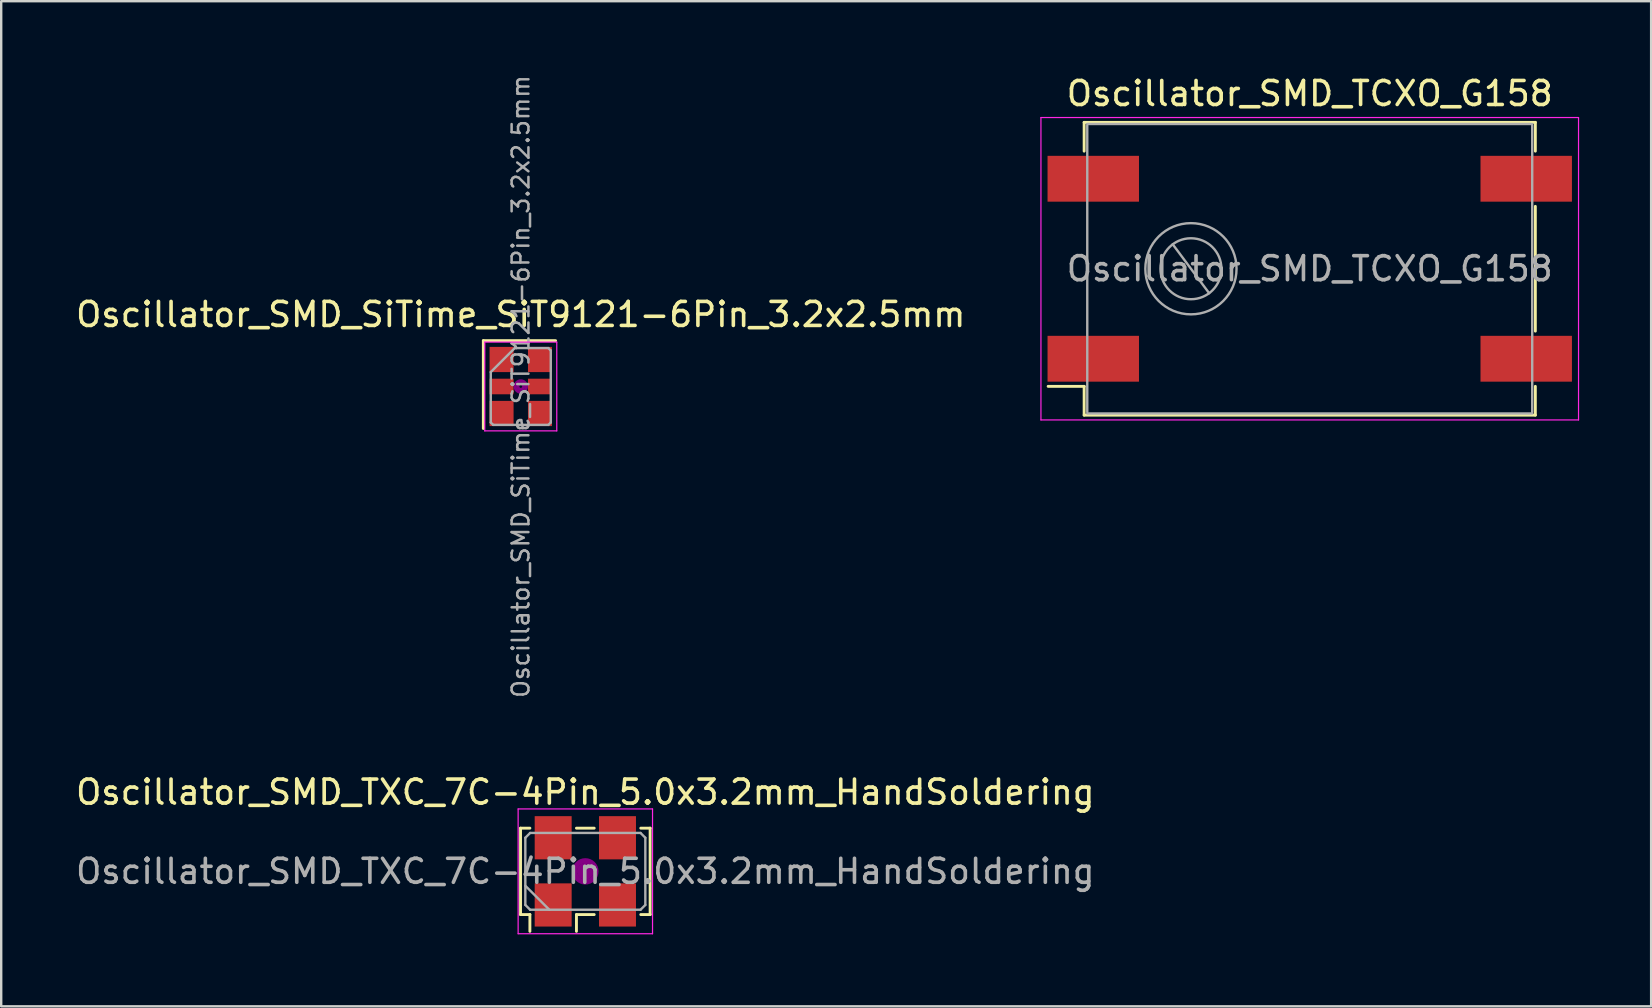
<source format=kicad_pcb>
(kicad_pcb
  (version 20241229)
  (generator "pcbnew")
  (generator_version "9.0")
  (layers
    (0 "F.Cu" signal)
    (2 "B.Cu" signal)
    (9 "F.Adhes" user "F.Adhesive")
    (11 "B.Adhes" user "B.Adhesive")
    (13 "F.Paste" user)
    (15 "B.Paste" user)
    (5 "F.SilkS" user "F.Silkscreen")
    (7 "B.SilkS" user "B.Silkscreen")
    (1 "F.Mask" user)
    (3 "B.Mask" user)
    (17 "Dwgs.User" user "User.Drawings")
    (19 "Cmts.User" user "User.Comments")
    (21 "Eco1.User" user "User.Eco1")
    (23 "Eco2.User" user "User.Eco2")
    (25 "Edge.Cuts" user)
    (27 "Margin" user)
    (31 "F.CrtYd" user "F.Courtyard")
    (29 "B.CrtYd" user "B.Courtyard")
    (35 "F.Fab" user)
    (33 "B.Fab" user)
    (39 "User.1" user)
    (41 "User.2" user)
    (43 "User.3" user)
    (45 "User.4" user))
  (footprint "Oscillator_SMD_TCXO_G158"
    (layer "F.Cu")
    (at 51.523 8.148)
    (property "Reference" "Oscillator_SMD_TCXO_G158" (at 0 -7.3 0) (layer "F.SilkS") (effects (font (size 1 1) (thickness 0.15))))
    (attr smd)
    (fp_line (start -10.9 4.9) (end -9.4 4.9) (stroke (width 0.12) (type solid)) (layer "F.SilkS"))
    (fp_line (start -9.4 -6.1) (end -9.4 -4.9) (stroke (width 0.12) (type solid)) (layer "F.SilkS"))
    (fp_line (start -9.4 4.9) (end -9.4 6.1) (stroke (width 0.12) (type solid)) (layer "F.SilkS"))
    (fp_line (start -9.4 6.1) (end 9.4 6.1) (stroke (width 0.12) (type solid)) (layer "F.SilkS"))
    (fp_line (start 9.4 -6.1) (end -9.4 -6.1) (stroke (width 0.12) (type solid)) (layer "F.SilkS"))
    (fp_line (start 9.4 -4.9) (end 9.4 -6.1) (stroke (width 0.12) (type solid)) (layer "F.SilkS"))
    (fp_line (start 9.4 2.6) (end 9.4 -2.6) (stroke (width 0.12) (type solid)) (layer "F.SilkS"))
    (fp_line (start 9.4 6.1) (end 9.4 4.9) (stroke (width 0.12) (type solid)) (layer "F.SilkS"))
    (fp_line (start -11.2 -6.3) (end -11.2 6.3) (stroke (width 0.05) (type solid)) (layer "F.CrtYd"))
    (fp_line (start -11.2 6.3) (end 11.2 6.3) (stroke (width 0.05) (type solid)) (layer "F.CrtYd"))
    (fp_line (start 11.2 -6.3) (end -11.2 -6.3) (stroke (width 0.05) (type solid)) (layer "F.CrtYd"))
    (fp_line (start 11.2 6.3) (end 11.2 -6.3) (stroke (width 0.05) (type solid)) (layer "F.CrtYd"))
    (fp_line (start -9.27 -6.03) (end 9.27 -6.03) (stroke (width 0.1) (type solid)) (layer "F.Fab"))
    (fp_line (start -9.27 5.97) (end -9.27 -5.97) (stroke (width 0.1) (type solid)) (layer "F.Fab"))
    (fp_line (start -5.71 -1.02) (end -4.19 1.02) (stroke (width 0.1) (type solid)) (layer "F.Fab"))
    (fp_line (start 9.27 -5.97) (end 9.27 5.97) (stroke (width 0.1) (type solid)) (layer "F.Fab"))
    (fp_line (start 9.27 6.03) (end -9.27 6.03) (stroke (width 0.1) (type solid)) (layer "F.Fab"))
    (fp_circle (center -4.95 0) (end -3.68 0) (stroke (width 0.1) (type solid)) (fill no) (layer "F.Fab"))
    (fp_circle (center -4.95 0) (end -3.05 0) (stroke (width 0.1) (type solid)) (fill no) (layer "F.Fab"))
    (fp_text user "${REFERENCE}" (at 0 0 0) (layer "F.Fab") (effects (font (size 1 1) (thickness 0.15))))
    (pad "1" smd rect (at -9.02 3.75) (size 3.81 1.91) (layers "F.Cu" "F.Mask" "F.Paste"))
    (pad "2" smd rect (at 9.02 3.75) (size 3.81 1.91) (layers "F.Cu" "F.Mask" "F.Paste"))
    (pad "3" smd rect (at 9.02 -3.75) (size 3.81 1.91) (layers "F.Cu" "F.Mask" "F.Paste"))
    (pad "4" smd rect (at -9.02 -3.75) (size 3.81 1.91) (layers "F.Cu" "F.Mask" "F.Paste")))
  (footprint "Oscillator_SMD_TXC_7C-4Pin_5.0x3.2mm_HandSoldering"
    (layer "F.Cu")
    (at 21.339 33.257)
    (property "Reference" "Oscillator_SMD_TXC_7C-4Pin_5.0x3.2mm_HandSoldering" (at 0 -3.3 0) (layer "F.SilkS") (effects (font (size 1 1) (thickness 0.15))))
    (attr smd)
    (fp_line (start -2.7 -1.8) (end -2.31 -1.8) (stroke (width 0.12) (type solid)) (layer "F.SilkS"))
    (fp_line (start -2.7 1.8) (end -2.7 -1.8) (stroke (width 0.12) (type solid)) (layer "F.SilkS"))
    (fp_line (start -2.31 1.8) (end -2.7 1.8) (stroke (width 0.12) (type solid)) (layer "F.SilkS"))
    (fp_line (start -2.31 2.5) (end -2.31 1.8) (stroke (width 0.12) (type solid)) (layer "F.SilkS"))
    (fp_line (start -0.37 -1.8) (end 0.37 -1.8) (stroke (width 0.12) (type solid)) (layer "F.SilkS"))
    (fp_line (start -0.37 1.8) (end -0.37 2.5) (stroke (width 0.12) (type solid)) (layer "F.SilkS"))
    (fp_line (start 0.37 1.8) (end -0.37 1.8) (stroke (width 0.12) (type solid)) (layer "F.SilkS"))
    (fp_line (start 2.31 -1.8) (end 2.7 -1.8) (stroke (width 0.12) (type solid)) (layer "F.SilkS"))
    (fp_line (start 2.7 -1.8) (end 2.7 1.8) (stroke (width 0.12) (type solid)) (layer "F.SilkS"))
    (fp_line (start 2.7 1.8) (end 2.31 1.8) (stroke (width 0.12) (type solid)) (layer "F.SilkS"))
    (fp_circle (center 0 0) (end 0.117 0) (stroke (width 0.233) (type solid)) (fill no) (layer "F.Adhes"))
    (fp_circle (center 0 0) (end 0.267 0) (stroke (width 0.167) (type solid)) (fill no) (layer "F.Adhes"))
    (fp_circle (center 0 0) (end 0.417 0) (stroke (width 0.167) (type solid)) (fill no) (layer "F.Adhes"))
    (fp_circle (center 0 0) (end 0.5 0) (stroke (width 0.1) (type solid)) (fill no) (layer "F.Adhes"))
    (fp_line (start -2.8 -2.6) (end -2.8 2.6) (stroke (width 0.05) (type solid)) (layer "F.CrtYd"))
    (fp_line (start -2.8 2.6) (end 2.8 2.6) (stroke (width 0.05) (type solid)) (layer "F.CrtYd"))
    (fp_line (start 2.8 -2.6) (end -2.8 -2.6) (stroke (width 0.05) (type solid)) (layer "F.CrtYd"))
    (fp_line (start 2.8 2.6) (end 2.8 -2.6) (stroke (width 0.05) (type solid)) (layer "F.CrtYd"))
    (fp_line (start -2.5 -1.4) (end -2.3 -1.6) (stroke (width 0.1) (type solid)) (layer "F.Fab"))
    (fp_line (start -2.5 0.6) (end -1.5 1.6) (stroke (width 0.1) (type solid)) (layer "F.Fab"))
    (fp_line (start -2.5 1.4) (end -2.5 -1.4) (stroke (width 0.1) (type solid)) (layer "F.Fab"))
    (fp_line (start -2.3 -1.6) (end 2.3 -1.6) (stroke (width 0.1) (type solid)) (layer "F.Fab"))
    (fp_line (start -2.3 1.6) (end -2.5 1.4) (stroke (width 0.1) (type solid)) (layer "F.Fab"))
    (fp_line (start 2.3 -1.6) (end 2.5 -1.4) (stroke (width 0.1) (type solid)) (layer "F.Fab"))
    (fp_line (start 2.3 1.6) (end -2.3 1.6) (stroke (width 0.1) (type solid)) (layer "F.Fab"))
    (fp_line (start 2.5 -1.4) (end 2.5 1.4) (stroke (width 0.1) (type solid)) (layer "F.Fab"))
    (fp_line (start 2.5 1.4) (end 2.3 1.6) (stroke (width 0.1) (type solid)) (layer "F.Fab"))
    (fp_text user "${REFERENCE}" (at 0 0 0) (layer "F.Fab") (effects (font (size 1 1) (thickness 0.15))))
    (pad "1" smd rect (at -1.34 1.4) (size 1.54 1.8) (layers "F.Cu" "F.Mask" "F.Paste"))
    (pad "2" smd rect (at 1.34 1.4) (size 1.54 1.8) (layers "F.Cu" "F.Mask" "F.Paste"))
    (pad "3" smd rect (at 1.34 -1.4) (size 1.54 1.8) (layers "F.Cu" "F.Mask" "F.Paste"))
    (pad "4" smd rect (at -1.34 -1.4) (size 1.54 1.8) (layers "F.Cu" "F.Mask" "F.Paste")))
  (footprint "Oscillator_SMD_SiTime_SiT9121-6Pin_3.2x2.5mm"
    (layer "F.Cu")
    (at 18.649 13.054)
    (property "Reference" "Oscillator_SMD_SiTime_SiT9121-6Pin_3.2x2.5mm" (at 0 -3 0) (layer "F.SilkS") (effects (font (size 1 1) (thickness 0.15))))
    (attr smd)
    (fp_line (start -1.56 -1.91) (end -1.56 1.75) (stroke (width 0.12) (type solid)) (layer "F.SilkS"))
    (fp_line (start 1.45 -1.91) (end -1.56 -1.91) (stroke (width 0.12) (type solid)) (layer "F.SilkS"))
    (fp_circle (center 0 0) (end 0 0.058) (stroke (width 0.117) (type solid)) (fill no) (layer "F.Adhes"))
    (fp_circle (center 0 0) (end 0 0.133) (stroke (width 0.083) (type solid)) (fill no) (layer "F.Adhes"))
    (fp_circle (center 0 0) (end 0 0.208) (stroke (width 0.083) (type solid)) (fill no) (layer "F.Adhes"))
    (fp_circle (center 0 0) (end 0 0.25) (stroke (width 0.1) (type solid)) (fill no) (layer "F.Adhes"))
    (fp_line (start -1.5 -1.85) (end -1.5 1.85) (stroke (width 0.05) (type solid)) (layer "F.CrtYd"))
    (fp_line (start -1.5 1.85) (end 1.5 1.85) (stroke (width 0.05) (type solid)) (layer "F.CrtYd"))
    (fp_line (start 1.5 -1.85) (end -1.5 -1.85) (stroke (width 0.05) (type solid)) (layer "F.CrtYd"))
    (fp_line (start 1.5 1.85) (end 1.5 -1.85) (stroke (width 0.05) (type solid)) (layer "F.CrtYd"))
    (fp_line (start -1.25 1.5) (end -1.25 -0.6) (stroke (width 0.1) (type solid)) (layer "F.Fab"))
    (fp_line (start -1.15 1.6) (end -1.25 1.5) (stroke (width 0.1) (type solid)) (layer "F.Fab"))
    (fp_line (start -0.25 -1.6) (end -1.25 -0.6) (stroke (width 0.1) (type solid)) (layer "F.Fab"))
    (fp_line (start -0.25 -1.6) (end 1.15 -1.6) (stroke (width 0.1) (type solid)) (layer "F.Fab"))
    (fp_line (start 1.15 -1.6) (end 1.25 -1.5) (stroke (width 0.1) (type solid)) (layer "F.Fab"))
    (fp_line (start 1.15 1.6) (end -1.15 1.6) (stroke (width 0.1) (type solid)) (layer "F.Fab"))
    (fp_line (start 1.25 -1.5) (end 1.25 1.5) (stroke (width 0.1) (type solid)) (layer "F.Fab"))
    (fp_line (start 1.25 1.5) (end 1.15 1.6) (stroke (width 0.1) (type solid)) (layer "F.Fab"))
    (fp_text user "${REFERENCE}" (at 0 0 270) (layer "F.Fab") (effects (font (size 0.7 0.7) (thickness 0.105))))
    (pad "1" smd rect (at -0.8 -1.125) (size 1 1.05) (layers "F.Cu" "F.Mask" "F.Paste"))
    (pad "2" smd rect (at -0.8 0) (size 1 0.65) (layers "F.Cu" "F.Mask" "F.Paste"))
    (pad "3" smd rect (at -0.8 1.125) (size 1 1.05) (layers "F.Cu" "F.Mask" "F.Paste"))
    (pad "4" smd rect (at 0.8 1.125) (size 1 1.05) (layers "F.Cu" "F.Mask" "F.Paste"))
    (pad "5" smd rect (at 0.8 0) (size 1 0.65) (layers "F.Cu" "F.Mask" "F.Paste"))
    (pad "6" smd rect (at 0.8 -1.125) (size 1 1.05) (layers "F.Cu" "F.Mask" "F.Paste")))
  (gr_rect
    (start -3 -3)
    (end 65.748 38.882)
    (stroke (width 0.1) (type default))
    (fill no)
    (layer "Edge.Cuts")))
</source>
